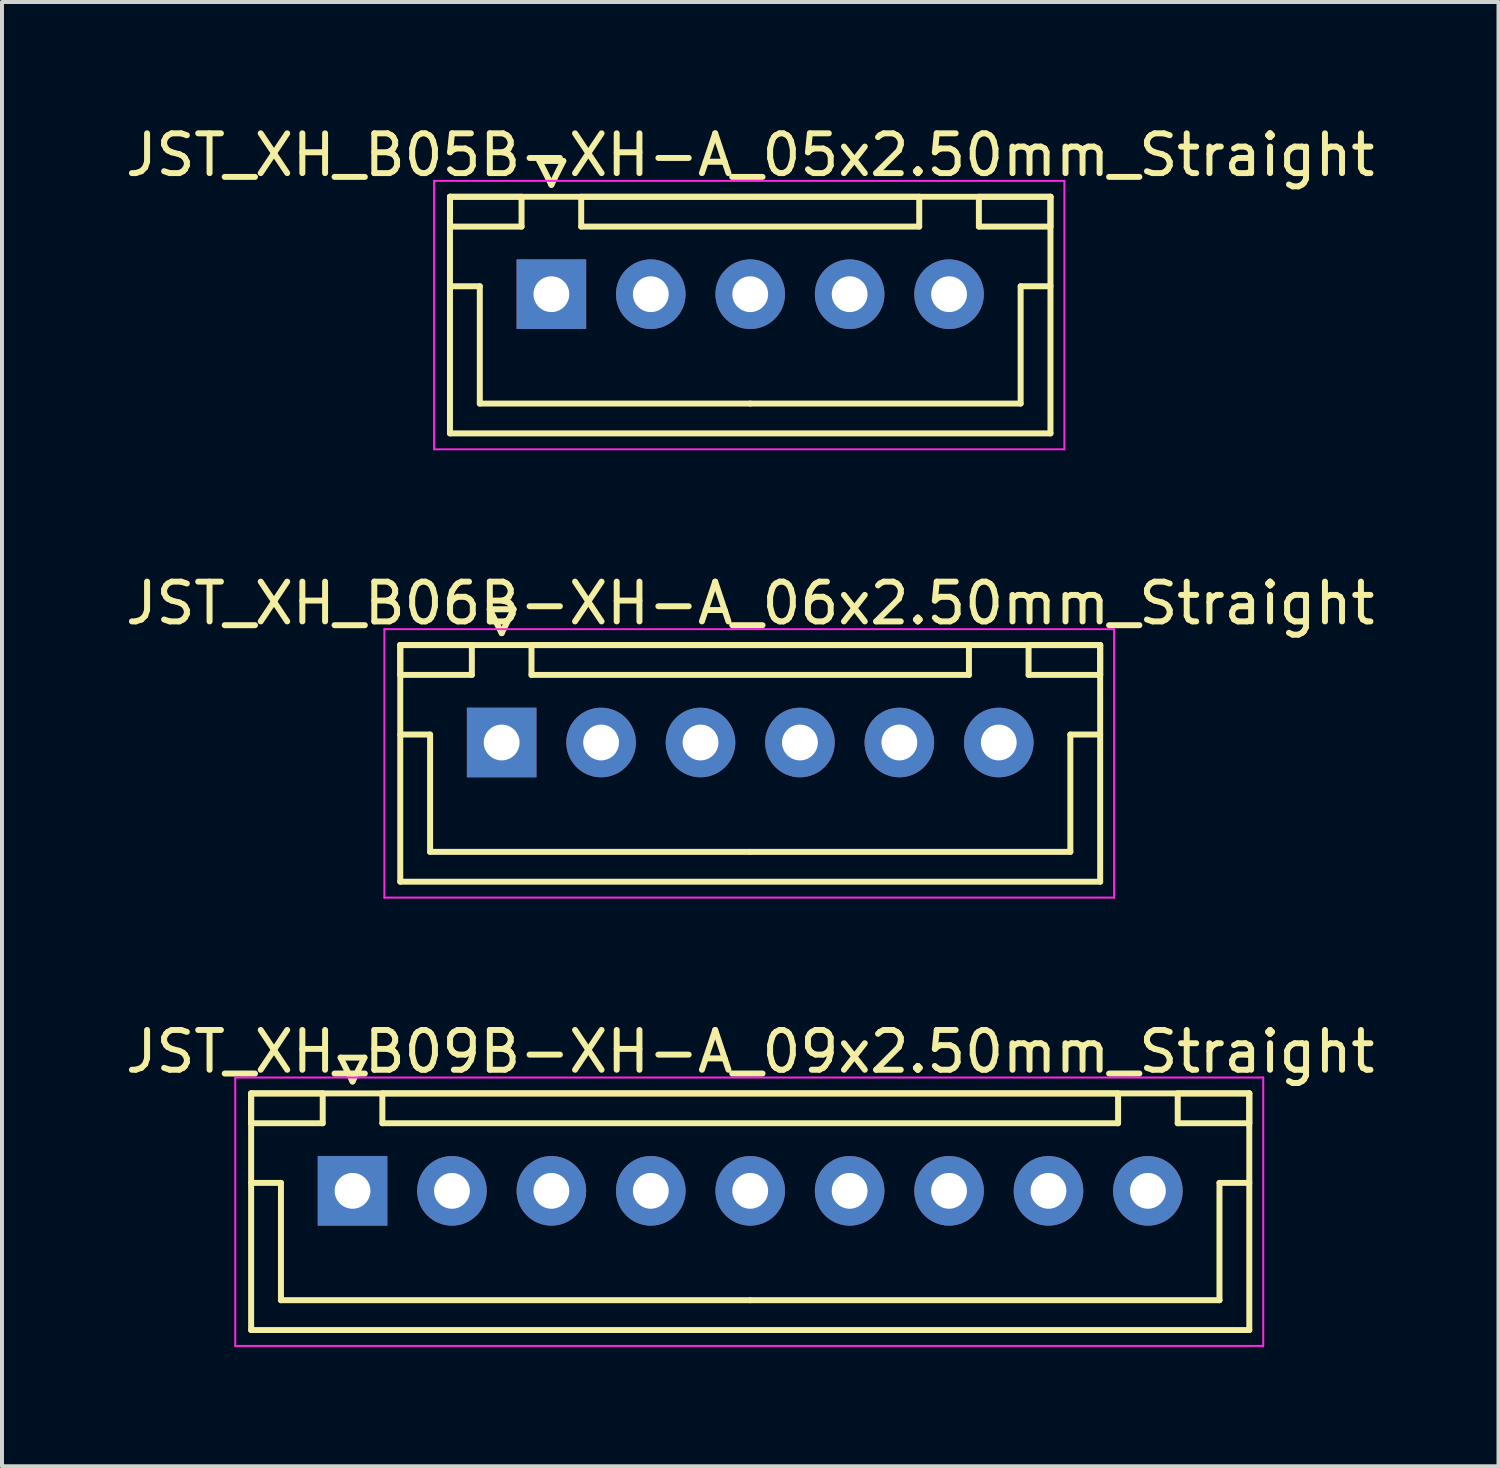
<source format=kicad_pcb>
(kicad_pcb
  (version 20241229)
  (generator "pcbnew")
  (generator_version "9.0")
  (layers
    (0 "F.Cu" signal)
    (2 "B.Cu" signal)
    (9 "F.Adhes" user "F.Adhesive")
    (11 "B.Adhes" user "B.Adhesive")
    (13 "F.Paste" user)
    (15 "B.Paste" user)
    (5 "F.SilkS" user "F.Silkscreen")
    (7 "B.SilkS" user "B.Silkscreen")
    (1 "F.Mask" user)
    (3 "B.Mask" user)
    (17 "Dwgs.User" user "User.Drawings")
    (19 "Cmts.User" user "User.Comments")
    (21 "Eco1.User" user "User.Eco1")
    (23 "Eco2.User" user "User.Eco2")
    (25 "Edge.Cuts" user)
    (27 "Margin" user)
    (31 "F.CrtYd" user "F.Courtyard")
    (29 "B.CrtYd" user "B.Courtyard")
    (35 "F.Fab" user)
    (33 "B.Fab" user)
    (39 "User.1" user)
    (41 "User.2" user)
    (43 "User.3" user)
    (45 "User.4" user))
  (footprint "JST_XH_B09B-XH-A_09x2.50mm_Straight"
    (layer "F.Cu")
    (at 5.815 26.895)
    (property "Reference" "JST_XH_B09B-XH-A_09x2.50mm_Straight" (at 10 -3.5 0) (layer "F.SilkS") (effects (font (size 1 1) (thickness 0.15))))
    (attr through_hole)
    (fp_line (start -2.55 -2.45) (end -2.55 -1.7) (stroke (width 0.15) (type solid)) (layer "F.SilkS"))
    (fp_line (start -2.55 -2.45) (end -2.55 3.5) (stroke (width 0.15) (type solid)) (layer "F.SilkS"))
    (fp_line (start -2.55 -1.7) (end -0.75 -1.7) (stroke (width 0.15) (type solid)) (layer "F.SilkS"))
    (fp_line (start -2.55 -0.2) (end -1.8 -0.2) (stroke (width 0.15) (type solid)) (layer "F.SilkS"))
    (fp_line (start -2.55 3.5) (end 22.55 3.5) (stroke (width 0.15) (type solid)) (layer "F.SilkS"))
    (fp_line (start -1.8 -0.2) (end -1.8 2.75) (stroke (width 0.15) (type solid)) (layer "F.SilkS"))
    (fp_line (start -1.8 2.75) (end 10 2.75) (stroke (width 0.15) (type solid)) (layer "F.SilkS"))
    (fp_line (start -0.75 -2.45) (end -2.55 -2.45) (stroke (width 0.15) (type solid)) (layer "F.SilkS"))
    (fp_line (start -0.75 -1.7) (end -0.75 -2.45) (stroke (width 0.15) (type solid)) (layer "F.SilkS"))
    (fp_line (start -0.3 -3.35) (end 0.3 -3.35) (stroke (width 0.15) (type solid)) (layer "F.SilkS"))
    (fp_line (start 0 -2.75) (end -0.3 -3.35) (stroke (width 0.15) (type solid)) (layer "F.SilkS"))
    (fp_line (start 0.3 -3.35) (end 0 -2.75) (stroke (width 0.15) (type solid)) (layer "F.SilkS"))
    (fp_line (start 0.75 -2.45) (end 0.75 -1.7) (stroke (width 0.15) (type solid)) (layer "F.SilkS"))
    (fp_line (start 0.75 -1.7) (end 19.25 -1.7) (stroke (width 0.15) (type solid)) (layer "F.SilkS"))
    (fp_line (start 19.25 -2.45) (end 0.75 -2.45) (stroke (width 0.15) (type solid)) (layer "F.SilkS"))
    (fp_line (start 19.25 -1.7) (end 19.25 -2.45) (stroke (width 0.15) (type solid)) (layer "F.SilkS"))
    (fp_line (start 20.75 -2.45) (end 20.75 -1.7) (stroke (width 0.15) (type solid)) (layer "F.SilkS"))
    (fp_line (start 20.75 -1.7) (end 22.55 -1.7) (stroke (width 0.15) (type solid)) (layer "F.SilkS"))
    (fp_line (start 21.8 -0.2) (end 21.8 2.75) (stroke (width 0.15) (type solid)) (layer "F.SilkS"))
    (fp_line (start 21.8 2.75) (end 10 2.75) (stroke (width 0.15) (type solid)) (layer "F.SilkS"))
    (fp_line (start 22.55 -2.45) (end -2.55 -2.45) (stroke (width 0.15) (type solid)) (layer "F.SilkS"))
    (fp_line (start 22.55 -2.45) (end 20.75 -2.45) (stroke (width 0.15) (type solid)) (layer "F.SilkS"))
    (fp_line (start 22.55 -1.7) (end 22.55 -2.45) (stroke (width 0.15) (type solid)) (layer "F.SilkS"))
    (fp_line (start 22.55 -0.2) (end 21.8 -0.2) (stroke (width 0.15) (type solid)) (layer "F.SilkS"))
    (fp_line (start 22.55 3.5) (end 22.55 -2.45) (stroke (width 0.15) (type solid)) (layer "F.SilkS"))
    (fp_line (start -2.95 -2.85) (end -2.95 3.9) (stroke (width 0.05) (type solid)) (layer "F.CrtYd"))
    (fp_line (start -2.95 3.9) (end 22.9 3.9) (stroke (width 0.05) (type solid)) (layer "F.CrtYd"))
    (fp_line (start 22.9 -2.85) (end -2.95 -2.85) (stroke (width 0.05) (type solid)) (layer "F.CrtYd"))
    (fp_line (start 22.9 3.9) (end 22.9 -2.85) (stroke (width 0.05) (type solid)) (layer "F.CrtYd"))
    (pad "1" thru_hole rect (at 0 0) (size 1.75 1.75) (drill 0.9) (layers "*.Cu" "*.Mask"))
    (pad "2" thru_hole circle (at 2.5 0) (size 1.75 1.75) (drill 0.9) (layers "*.Cu" "*.Mask"))
    (pad "3" thru_hole circle (at 5 0) (size 1.75 1.75) (drill 0.9) (layers "*.Cu" "*.Mask"))
    (pad "4" thru_hole circle (at 7.5 0) (size 1.75 1.75) (drill 0.9) (layers "*.Cu" "*.Mask"))
    (pad "5" thru_hole circle (at 10 0) (size 1.75 1.75) (drill 0.9) (layers "*.Cu" "*.Mask"))
    (pad "6" thru_hole circle (at 12.5 0) (size 1.75 1.75) (drill 0.9) (layers "*.Cu" "*.Mask"))
    (pad "7" thru_hole circle (at 15 0) (size 1.75 1.75) (drill 0.9) (layers "*.Cu" "*.Mask"))
    (pad "8" thru_hole circle (at 17.5 0) (size 1.75 1.75) (drill 0.9) (layers "*.Cu" "*.Mask"))
    (pad "9" thru_hole circle (at 20 0) (size 1.75 1.75) (drill 0.9) (layers "*.Cu" "*.Mask")))
  (footprint "JST_XH_B05B-XH-A_05x2.50mm_Straight"
    (layer "F.Cu")
    (at 10.815 4.348)
    (property "Reference" "JST_XH_B05B-XH-A_05x2.50mm_Straight" (at 5 -3.5 0) (layer "F.SilkS") (effects (font (size 1 1) (thickness 0.15))))
    (attr through_hole)
    (fp_line (start -2.55 -2.45) (end -2.55 -1.7) (stroke (width 0.15) (type solid)) (layer "F.SilkS"))
    (fp_line (start -2.55 -2.45) (end -2.55 3.5) (stroke (width 0.15) (type solid)) (layer "F.SilkS"))
    (fp_line (start -2.55 -1.7) (end -0.75 -1.7) (stroke (width 0.15) (type solid)) (layer "F.SilkS"))
    (fp_line (start -2.55 -0.2) (end -1.8 -0.2) (stroke (width 0.15) (type solid)) (layer "F.SilkS"))
    (fp_line (start -2.55 3.5) (end 12.55 3.5) (stroke (width 0.15) (type solid)) (layer "F.SilkS"))
    (fp_line (start -1.8 -0.2) (end -1.8 2.75) (stroke (width 0.15) (type solid)) (layer "F.SilkS"))
    (fp_line (start -1.8 2.75) (end 5 2.75) (stroke (width 0.15) (type solid)) (layer "F.SilkS"))
    (fp_line (start -0.75 -2.45) (end -2.55 -2.45) (stroke (width 0.15) (type solid)) (layer "F.SilkS"))
    (fp_line (start -0.75 -1.7) (end -0.75 -2.45) (stroke (width 0.15) (type solid)) (layer "F.SilkS"))
    (fp_line (start -0.3 -3.35) (end 0.3 -3.35) (stroke (width 0.15) (type solid)) (layer "F.SilkS"))
    (fp_line (start 0 -2.75) (end -0.3 -3.35) (stroke (width 0.15) (type solid)) (layer "F.SilkS"))
    (fp_line (start 0.3 -3.35) (end 0 -2.75) (stroke (width 0.15) (type solid)) (layer "F.SilkS"))
    (fp_line (start 0.75 -2.45) (end 0.75 -1.7) (stroke (width 0.15) (type solid)) (layer "F.SilkS"))
    (fp_line (start 0.75 -1.7) (end 9.25 -1.7) (stroke (width 0.15) (type solid)) (layer "F.SilkS"))
    (fp_line (start 9.25 -2.45) (end 0.75 -2.45) (stroke (width 0.15) (type solid)) (layer "F.SilkS"))
    (fp_line (start 9.25 -1.7) (end 9.25 -2.45) (stroke (width 0.15) (type solid)) (layer "F.SilkS"))
    (fp_line (start 10.75 -2.45) (end 10.75 -1.7) (stroke (width 0.15) (type solid)) (layer "F.SilkS"))
    (fp_line (start 10.75 -1.7) (end 12.55 -1.7) (stroke (width 0.15) (type solid)) (layer "F.SilkS"))
    (fp_line (start 11.8 -0.2) (end 11.8 2.75) (stroke (width 0.15) (type solid)) (layer "F.SilkS"))
    (fp_line (start 11.8 2.75) (end 5 2.75) (stroke (width 0.15) (type solid)) (layer "F.SilkS"))
    (fp_line (start 12.55 -2.45) (end -2.55 -2.45) (stroke (width 0.15) (type solid)) (layer "F.SilkS"))
    (fp_line (start 12.55 -2.45) (end 10.75 -2.45) (stroke (width 0.15) (type solid)) (layer "F.SilkS"))
    (fp_line (start 12.55 -1.7) (end 12.55 -2.45) (stroke (width 0.15) (type solid)) (layer "F.SilkS"))
    (fp_line (start 12.55 -0.2) (end 11.8 -0.2) (stroke (width 0.15) (type solid)) (layer "F.SilkS"))
    (fp_line (start 12.55 3.5) (end 12.55 -2.45) (stroke (width 0.15) (type solid)) (layer "F.SilkS"))
    (fp_line (start -2.95 -2.85) (end -2.95 3.9) (stroke (width 0.05) (type solid)) (layer "F.CrtYd"))
    (fp_line (start -2.95 3.9) (end 12.9 3.9) (stroke (width 0.05) (type solid)) (layer "F.CrtYd"))
    (fp_line (start 12.9 -2.85) (end -2.95 -2.85) (stroke (width 0.05) (type solid)) (layer "F.CrtYd"))
    (fp_line (start 12.9 3.9) (end 12.9 -2.85) (stroke (width 0.05) (type solid)) (layer "F.CrtYd"))
    (pad "1" thru_hole rect (at 0 0) (size 1.75 1.75) (drill 0.9) (layers "*.Cu" "*.Mask"))
    (pad "2" thru_hole circle (at 2.5 0) (size 1.75 1.75) (drill 0.9) (layers "*.Cu" "*.Mask"))
    (pad "3" thru_hole circle (at 5 0) (size 1.75 1.75) (drill 0.9) (layers "*.Cu" "*.Mask"))
    (pad "4" thru_hole circle (at 7.5 0) (size 1.75 1.75) (drill 0.9) (layers "*.Cu" "*.Mask"))
    (pad "5" thru_hole circle (at 10 0) (size 1.75 1.75) (drill 0.9) (layers "*.Cu" "*.Mask")))
  (footprint "JST_XH_B06B-XH-A_06x2.50mm_Straight"
    (layer "F.Cu")
    (at 9.565 15.621)
    (property "Reference" "JST_XH_B06B-XH-A_06x2.50mm_Straight" (at 6.25 -3.5 0) (layer "F.SilkS") (effects (font (size 1 1) (thickness 0.15))))
    (attr through_hole)
    (fp_line (start -2.55 -2.45) (end -2.55 -1.7) (stroke (width 0.15) (type solid)) (layer "F.SilkS"))
    (fp_line (start -2.55 -2.45) (end -2.55 3.5) (stroke (width 0.15) (type solid)) (layer "F.SilkS"))
    (fp_line (start -2.55 -1.7) (end -0.75 -1.7) (stroke (width 0.15) (type solid)) (layer "F.SilkS"))
    (fp_line (start -2.55 -0.2) (end -1.8 -0.2) (stroke (width 0.15) (type solid)) (layer "F.SilkS"))
    (fp_line (start -2.55 3.5) (end 15.05 3.5) (stroke (width 0.15) (type solid)) (layer "F.SilkS"))
    (fp_line (start -1.8 -0.2) (end -1.8 2.75) (stroke (width 0.15) (type solid)) (layer "F.SilkS"))
    (fp_line (start -1.8 2.75) (end 6.25 2.75) (stroke (width 0.15) (type solid)) (layer "F.SilkS"))
    (fp_line (start -0.75 -2.45) (end -2.55 -2.45) (stroke (width 0.15) (type solid)) (layer "F.SilkS"))
    (fp_line (start -0.75 -1.7) (end -0.75 -2.45) (stroke (width 0.15) (type solid)) (layer "F.SilkS"))
    (fp_line (start -0.3 -3.35) (end 0.3 -3.35) (stroke (width 0.15) (type solid)) (layer "F.SilkS"))
    (fp_line (start 0 -2.75) (end -0.3 -3.35) (stroke (width 0.15) (type solid)) (layer "F.SilkS"))
    (fp_line (start 0.3 -3.35) (end 0 -2.75) (stroke (width 0.15) (type solid)) (layer "F.SilkS"))
    (fp_line (start 0.75 -2.45) (end 0.75 -1.7) (stroke (width 0.15) (type solid)) (layer "F.SilkS"))
    (fp_line (start 0.75 -1.7) (end 11.75 -1.7) (stroke (width 0.15) (type solid)) (layer "F.SilkS"))
    (fp_line (start 11.75 -2.45) (end 0.75 -2.45) (stroke (width 0.15) (type solid)) (layer "F.SilkS"))
    (fp_line (start 11.75 -1.7) (end 11.75 -2.45) (stroke (width 0.15) (type solid)) (layer "F.SilkS"))
    (fp_line (start 13.25 -2.45) (end 13.25 -1.7) (stroke (width 0.15) (type solid)) (layer "F.SilkS"))
    (fp_line (start 13.25 -1.7) (end 15.05 -1.7) (stroke (width 0.15) (type solid)) (layer "F.SilkS"))
    (fp_line (start 14.3 -0.2) (end 14.3 2.75) (stroke (width 0.15) (type solid)) (layer "F.SilkS"))
    (fp_line (start 14.3 2.75) (end 6.25 2.75) (stroke (width 0.15) (type solid)) (layer "F.SilkS"))
    (fp_line (start 15.05 -2.45) (end -2.55 -2.45) (stroke (width 0.15) (type solid)) (layer "F.SilkS"))
    (fp_line (start 15.05 -2.45) (end 13.25 -2.45) (stroke (width 0.15) (type solid)) (layer "F.SilkS"))
    (fp_line (start 15.05 -1.7) (end 15.05 -2.45) (stroke (width 0.15) (type solid)) (layer "F.SilkS"))
    (fp_line (start 15.05 -0.2) (end 14.3 -0.2) (stroke (width 0.15) (type solid)) (layer "F.SilkS"))
    (fp_line (start 15.05 3.5) (end 15.05 -2.45) (stroke (width 0.15) (type solid)) (layer "F.SilkS"))
    (fp_line (start -2.95 -2.85) (end -2.95 3.9) (stroke (width 0.05) (type solid)) (layer "F.CrtYd"))
    (fp_line (start -2.95 3.9) (end 15.4 3.9) (stroke (width 0.05) (type solid)) (layer "F.CrtYd"))
    (fp_line (start 15.4 -2.85) (end -2.95 -2.85) (stroke (width 0.05) (type solid)) (layer "F.CrtYd"))
    (fp_line (start 15.4 3.9) (end 15.4 -2.85) (stroke (width 0.05) (type solid)) (layer "F.CrtYd"))
    (pad "1" thru_hole rect (at 0 0) (size 1.75 1.75) (drill 0.9) (layers "*.Cu" "*.Mask"))
    (pad "2" thru_hole circle (at 2.5 0) (size 1.75 1.75) (drill 0.9) (layers "*.Cu" "*.Mask"))
    (pad "3" thru_hole circle (at 5 0) (size 1.75 1.75) (drill 0.9) (layers "*.Cu" "*.Mask"))
    (pad "4" thru_hole circle (at 7.5 0) (size 1.75 1.75) (drill 0.9) (layers "*.Cu" "*.Mask"))
    (pad "5" thru_hole circle (at 10 0) (size 1.75 1.75) (drill 0.9) (layers "*.Cu" "*.Mask"))
    (pad "6" thru_hole circle (at 12.5 0) (size 1.75 1.75) (drill 0.9) (layers "*.Cu" "*.Mask")))
  (gr_rect
    (start -3 -3)
    (end 34.631 33.82)
    (stroke (width 0.1) (type default))
    (fill no)
    (layer "Edge.Cuts")))
</source>
